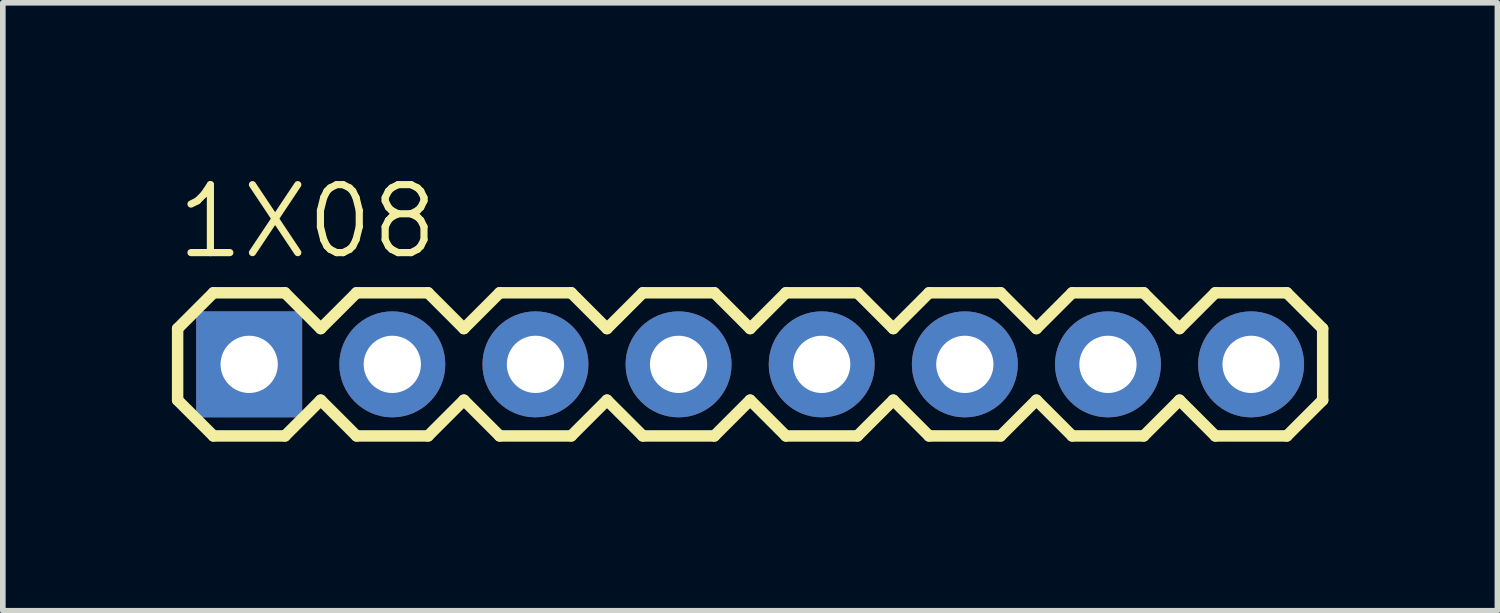
<source format=kicad_pcb>
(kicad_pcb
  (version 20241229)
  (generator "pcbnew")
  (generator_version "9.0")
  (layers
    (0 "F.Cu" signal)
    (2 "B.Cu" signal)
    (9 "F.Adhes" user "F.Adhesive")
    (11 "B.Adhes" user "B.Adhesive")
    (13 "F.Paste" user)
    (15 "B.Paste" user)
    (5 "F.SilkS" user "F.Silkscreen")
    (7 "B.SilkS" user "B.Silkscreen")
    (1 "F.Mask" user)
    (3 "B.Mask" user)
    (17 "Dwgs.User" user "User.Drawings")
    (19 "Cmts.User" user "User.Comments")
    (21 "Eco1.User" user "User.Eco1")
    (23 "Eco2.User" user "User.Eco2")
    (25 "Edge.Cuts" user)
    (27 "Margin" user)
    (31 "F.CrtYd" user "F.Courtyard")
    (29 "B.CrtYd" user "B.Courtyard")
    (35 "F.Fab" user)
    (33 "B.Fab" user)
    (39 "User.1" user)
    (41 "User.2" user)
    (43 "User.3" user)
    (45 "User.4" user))
  (footprint "1X08"
    (layer "F.Cu")
    (at 1.372 3.416)
    (property "Reference" "1X08" (at -1.346 -1.829 0) (layer "F.SilkS") (effects (font (size 1.206 1.206) (thickness 0.127)) (justify left bottom)))
    (attr through_hole)
    (fp_line (start -1.27 -0.635) (end -1.27 0.635) (stroke (width 0.203) (type solid)) (layer "F.SilkS"))
    (fp_line (start -1.27 0.635) (end -0.635 1.27) (stroke (width 0.203) (type solid)) (layer "F.SilkS"))
    (fp_line (start -0.635 -1.27) (end -1.27 -0.635) (stroke (width 0.203) (type solid)) (layer "F.SilkS"))
    (fp_line (start -0.635 -1.27) (end 0.635 -1.27) (stroke (width 0.203) (type solid)) (layer "F.SilkS"))
    (fp_line (start 0.635 -1.27) (end 1.27 -0.635) (stroke (width 0.203) (type solid)) (layer "F.SilkS"))
    (fp_line (start 0.635 1.27) (end -0.635 1.27) (stroke (width 0.203) (type solid)) (layer "F.SilkS"))
    (fp_line (start 1.27 -0.635) (end 1.905 -1.27) (stroke (width 0.203) (type solid)) (layer "F.SilkS"))
    (fp_line (start 1.27 0.635) (end 0.635 1.27) (stroke (width 0.203) (type solid)) (layer "F.SilkS"))
    (fp_line (start 1.905 -1.27) (end 3.175 -1.27) (stroke (width 0.203) (type solid)) (layer "F.SilkS"))
    (fp_line (start 1.905 1.27) (end 1.27 0.635) (stroke (width 0.203) (type solid)) (layer "F.SilkS"))
    (fp_line (start 3.175 -1.27) (end 3.81 -0.635) (stroke (width 0.203) (type solid)) (layer "F.SilkS"))
    (fp_line (start 3.175 1.27) (end 1.905 1.27) (stroke (width 0.203) (type solid)) (layer "F.SilkS"))
    (fp_line (start 3.81 -0.635) (end 4.445 -1.27) (stroke (width 0.203) (type solid)) (layer "F.SilkS"))
    (fp_line (start 3.81 0.635) (end 3.175 1.27) (stroke (width 0.203) (type solid)) (layer "F.SilkS"))
    (fp_line (start 4.445 -1.27) (end 5.715 -1.27) (stroke (width 0.203) (type solid)) (layer "F.SilkS"))
    (fp_line (start 4.445 1.27) (end 3.81 0.635) (stroke (width 0.203) (type solid)) (layer "F.SilkS"))
    (fp_line (start 5.715 -1.27) (end 6.35 -0.635) (stroke (width 0.203) (type solid)) (layer "F.SilkS"))
    (fp_line (start 5.715 1.27) (end 4.445 1.27) (stroke (width 0.203) (type solid)) (layer "F.SilkS"))
    (fp_line (start 6.35 0.635) (end 5.715 1.27) (stroke (width 0.203) (type solid)) (layer "F.SilkS"))
    (fp_line (start 6.35 0.635) (end 6.985 1.27) (stroke (width 0.203) (type solid)) (layer "F.SilkS"))
    (fp_line (start 6.985 -1.27) (end 6.35 -0.635) (stroke (width 0.203) (type solid)) (layer "F.SilkS"))
    (fp_line (start 6.985 -1.27) (end 8.255 -1.27) (stroke (width 0.203) (type solid)) (layer "F.SilkS"))
    (fp_line (start 8.255 -1.27) (end 8.89 -0.635) (stroke (width 0.203) (type solid)) (layer "F.SilkS"))
    (fp_line (start 8.255 1.27) (end 6.985 1.27) (stroke (width 0.203) (type solid)) (layer "F.SilkS"))
    (fp_line (start 8.89 -0.635) (end 9.525 -1.27) (stroke (width 0.203) (type solid)) (layer "F.SilkS"))
    (fp_line (start 8.89 0.635) (end 8.255 1.27) (stroke (width 0.203) (type solid)) (layer "F.SilkS"))
    (fp_line (start 9.525 -1.27) (end 10.795 -1.27) (stroke (width 0.203) (type solid)) (layer "F.SilkS"))
    (fp_line (start 9.525 1.27) (end 8.89 0.635) (stroke (width 0.203) (type solid)) (layer "F.SilkS"))
    (fp_line (start 10.795 -1.27) (end 11.43 -0.635) (stroke (width 0.203) (type solid)) (layer "F.SilkS"))
    (fp_line (start 10.795 1.27) (end 9.525 1.27) (stroke (width 0.203) (type solid)) (layer "F.SilkS"))
    (fp_line (start 11.43 -0.635) (end 12.065 -1.27) (stroke (width 0.203) (type solid)) (layer "F.SilkS"))
    (fp_line (start 11.43 0.635) (end 10.795 1.27) (stroke (width 0.203) (type solid)) (layer "F.SilkS"))
    (fp_line (start 12.065 -1.27) (end 13.335 -1.27) (stroke (width 0.203) (type solid)) (layer "F.SilkS"))
    (fp_line (start 12.065 1.27) (end 11.43 0.635) (stroke (width 0.203) (type solid)) (layer "F.SilkS"))
    (fp_line (start 13.335 -1.27) (end 13.97 -0.635) (stroke (width 0.203) (type solid)) (layer "F.SilkS"))
    (fp_line (start 13.335 1.27) (end 12.065 1.27) (stroke (width 0.203) (type solid)) (layer "F.SilkS"))
    (fp_line (start 13.97 0.635) (end 13.335 1.27) (stroke (width 0.203) (type solid)) (layer "F.SilkS"))
    (fp_line (start 13.97 0.635) (end 14.605 1.27) (stroke (width 0.203) (type solid)) (layer "F.SilkS"))
    (fp_line (start 14.605 -1.27) (end 13.97 -0.635) (stroke (width 0.203) (type solid)) (layer "F.SilkS"))
    (fp_line (start 14.605 -1.27) (end 15.875 -1.27) (stroke (width 0.203) (type solid)) (layer "F.SilkS"))
    (fp_line (start 15.875 -1.27) (end 16.51 -0.635) (stroke (width 0.203) (type solid)) (layer "F.SilkS"))
    (fp_line (start 15.875 1.27) (end 14.605 1.27) (stroke (width 0.203) (type solid)) (layer "F.SilkS"))
    (fp_line (start 16.51 0.635) (end 15.875 1.27) (stroke (width 0.203) (type solid)) (layer "F.SilkS"))
    (fp_line (start 16.51 0.635) (end 17.145 1.27) (stroke (width 0.203) (type solid)) (layer "F.SilkS"))
    (fp_line (start 17.145 -1.27) (end 16.51 -0.635) (stroke (width 0.203) (type solid)) (layer "F.SilkS"))
    (fp_line (start 17.145 -1.27) (end 18.415 -1.27) (stroke (width 0.203) (type solid)) (layer "F.SilkS"))
    (fp_line (start 18.415 -1.27) (end 19.05 -0.635) (stroke (width 0.203) (type solid)) (layer "F.SilkS"))
    (fp_line (start 18.415 1.27) (end 17.145 1.27) (stroke (width 0.203) (type solid)) (layer "F.SilkS"))
    (fp_line (start 19.05 -0.635) (end 19.05 0.635) (stroke (width 0.203) (type solid)) (layer "F.SilkS"))
    (fp_line (start 19.05 0.635) (end 18.415 1.27) (stroke (width 0.203) (type solid)) (layer "F.SilkS"))
    (fp_poly (pts (xy -0.254 0.254) (xy 0.254 0.254) (xy 0.254 -0.254) (xy -0.254 -0.254)) (stroke (width 0.1) (type solid)) (fill no) (layer "F.Fab"))
    (fp_poly (pts (xy 2.286 0.254) (xy 2.794 0.254) (xy 2.794 -0.254) (xy 2.286 -0.254)) (stroke (width 0.1) (type solid)) (fill no) (layer "F.Fab"))
    (fp_poly (pts (xy 4.826 0.254) (xy 5.334 0.254) (xy 5.334 -0.254) (xy 4.826 -0.254)) (stroke (width 0.1) (type solid)) (fill no) (layer "F.Fab"))
    (fp_poly (pts (xy 7.366 0.254) (xy 7.874 0.254) (xy 7.874 -0.254) (xy 7.366 -0.254)) (stroke (width 0.1) (type solid)) (fill no) (layer "F.Fab"))
    (fp_poly (pts (xy 9.906 0.254) (xy 10.414 0.254) (xy 10.414 -0.254) (xy 9.906 -0.254)) (stroke (width 0.1) (type solid)) (fill no) (layer "F.Fab"))
    (fp_poly (pts (xy 12.446 0.254) (xy 12.954 0.254) (xy 12.954 -0.254) (xy 12.446 -0.254)) (stroke (width 0.1) (type solid)) (fill no) (layer "F.Fab"))
    (fp_poly (pts (xy 14.986 0.254) (xy 15.494 0.254) (xy 15.494 -0.254) (xy 14.986 -0.254)) (stroke (width 0.1) (type solid)) (fill no) (layer "F.Fab"))
    (fp_poly (pts (xy 17.526 0.254) (xy 18.034 0.254) (xy 18.034 -0.254) (xy 17.526 -0.254)) (stroke (width 0.1) (type solid)) (fill no) (layer "F.Fab"))
    (pad "1" thru_hole rect (at 0 0 90) (size 1.88 1.88) (drill 1.016) (layers "*.Cu" "*.Mask"))
    (pad "2" thru_hole circle (at 2.54 0 90) (size 1.88 1.88) (drill 1.016) (layers "*.Cu" "*.Mask"))
    (pad "3" thru_hole circle (at 5.08 0 90) (size 1.88 1.88) (drill 1.016) (layers "*.Cu" "*.Mask"))
    (pad "4" thru_hole circle (at 7.62 0 90) (size 1.88 1.88) (drill 1.016) (layers "*.Cu" "*.Mask"))
    (pad "5" thru_hole circle (at 10.16 0 90) (size 1.88 1.88) (drill 1.016) (layers "*.Cu" "*.Mask"))
    (pad "6" thru_hole circle (at 12.7 0 90) (size 1.88 1.88) (drill 1.016) (layers "*.Cu" "*.Mask"))
    (pad "7" thru_hole circle (at 15.24 0 90) (size 1.88 1.88) (drill 1.016) (layers "*.Cu" "*.Mask"))
    (pad "8" thru_hole circle (at 17.78 0 90) (size 1.88 1.88) (drill 1.016) (layers "*.Cu" "*.Mask")))
  (gr_rect
    (start -3 -3)
    (end 23.523 7.788)
    (stroke (width 0.1) (type default))
    (fill no)
    (layer "Edge.Cuts")))
</source>
